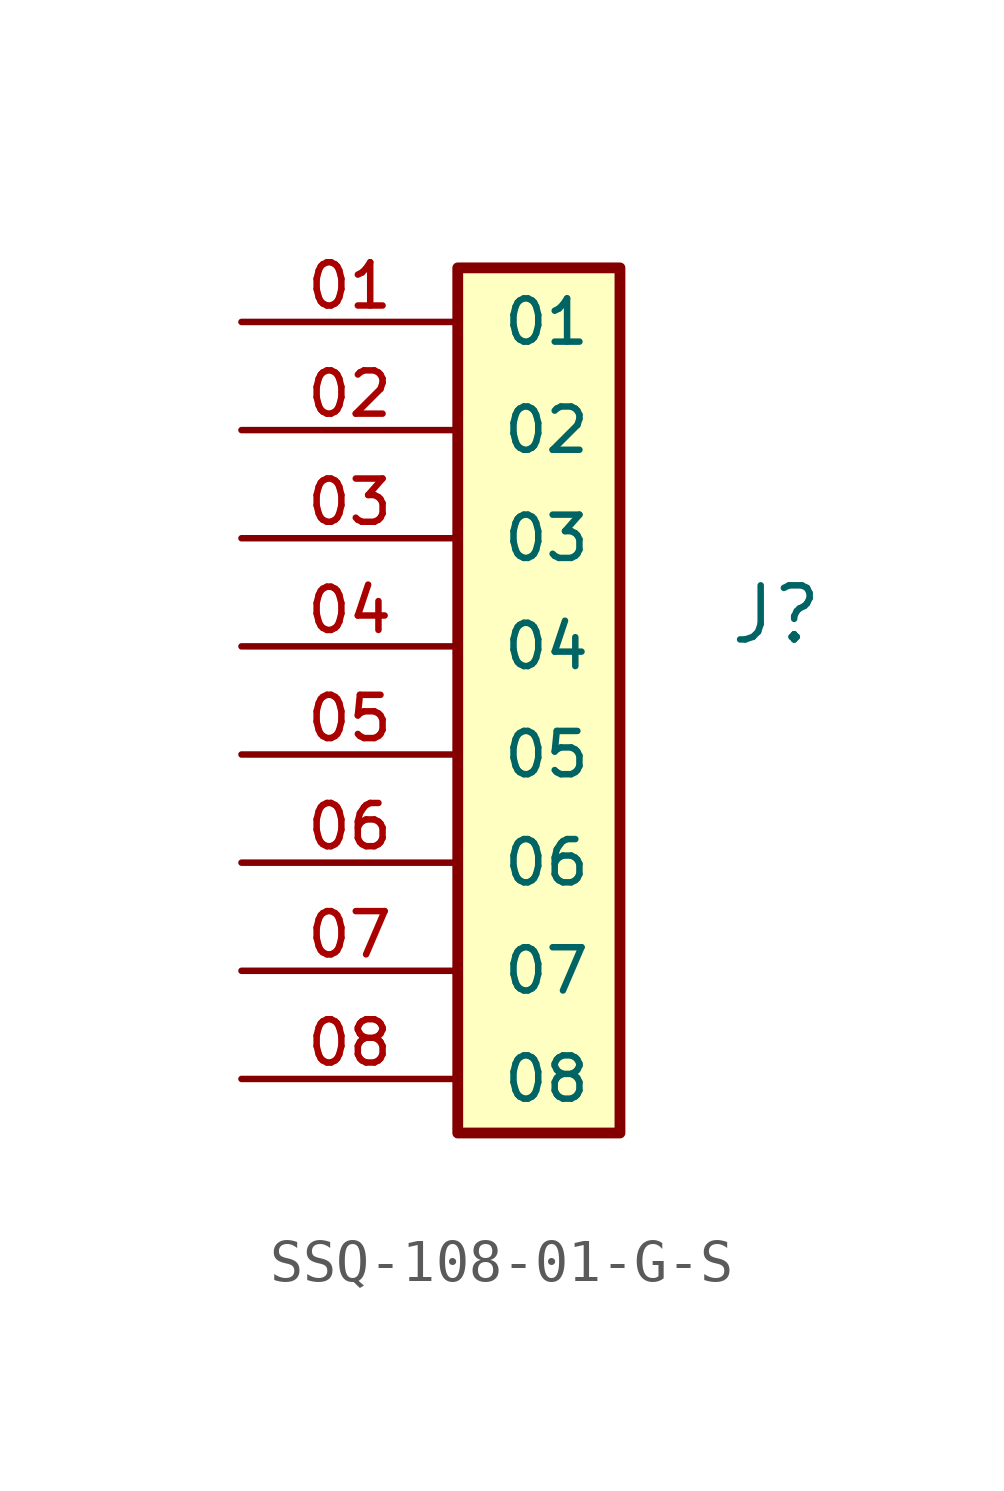
<source format=kicad_sym>
(kicad_symbol_lib
  (version 20220914)
  (generator kicad_symbol_editor)
  (symbol "SSQ-108-01-G-S"
    (pin_names
      (offset 1.016))
    (property "Reference" "J"
      (at 6.35 0 0)
      (effects (font (size 1.27 1.27)) (justify left bottom)))
    (symbol "SSQ-108-01-G-S_0_0"
      (rectangle (start 0 8.89) (end 3.81 -11.43) (stroke (width 0.254) (type default)) (fill (type background)))
      (pin passive line (at -5.08 7.62 0) (length 5.08) (name "01" (effects (font (size 1.016 1.016)))) (number "01" (effects (font (size 1.016 1.016)))))
      (pin passive line (at -5.08 5.08 0) (length 5.08) (name "02" (effects (font (size 1.016 1.016)))) (number "02" (effects (font (size 1.016 1.016)))))
      (pin passive line (at -5.08 2.54 0) (length 5.08) (name "03" (effects (font (size 1.016 1.016)))) (number "03" (effects (font (size 1.016 1.016)))))
      (pin passive line (at -5.08 0 0) (length 5.08) (name "04" (effects (font (size 1.016 1.016)))) (number "04" (effects (font (size 1.016 1.016)))))
      (pin passive line (at -5.08 -2.54 0) (length 5.08) (name "05" (effects (font (size 1.016 1.016)))) (number "05" (effects (font (size 1.016 1.016)))))
      (pin passive line (at -5.08 -5.08 0) (length 5.08) (name "06" (effects (font (size 1.016 1.016)))) (number "06" (effects (font (size 1.016 1.016)))))
      (pin passive line (at -5.08 -7.62 0) (length 5.08) (name "07" (effects (font (size 1.016 1.016)))) (number "07" (effects (font (size 1.016 1.016)))))
      (pin passive line (at -5.08 -10.16 0) (length 5.08) (name "08" (effects (font (size 1.016 1.016)))) (number "08" (effects (font (size 1.016 1.016))))))))
</source>
